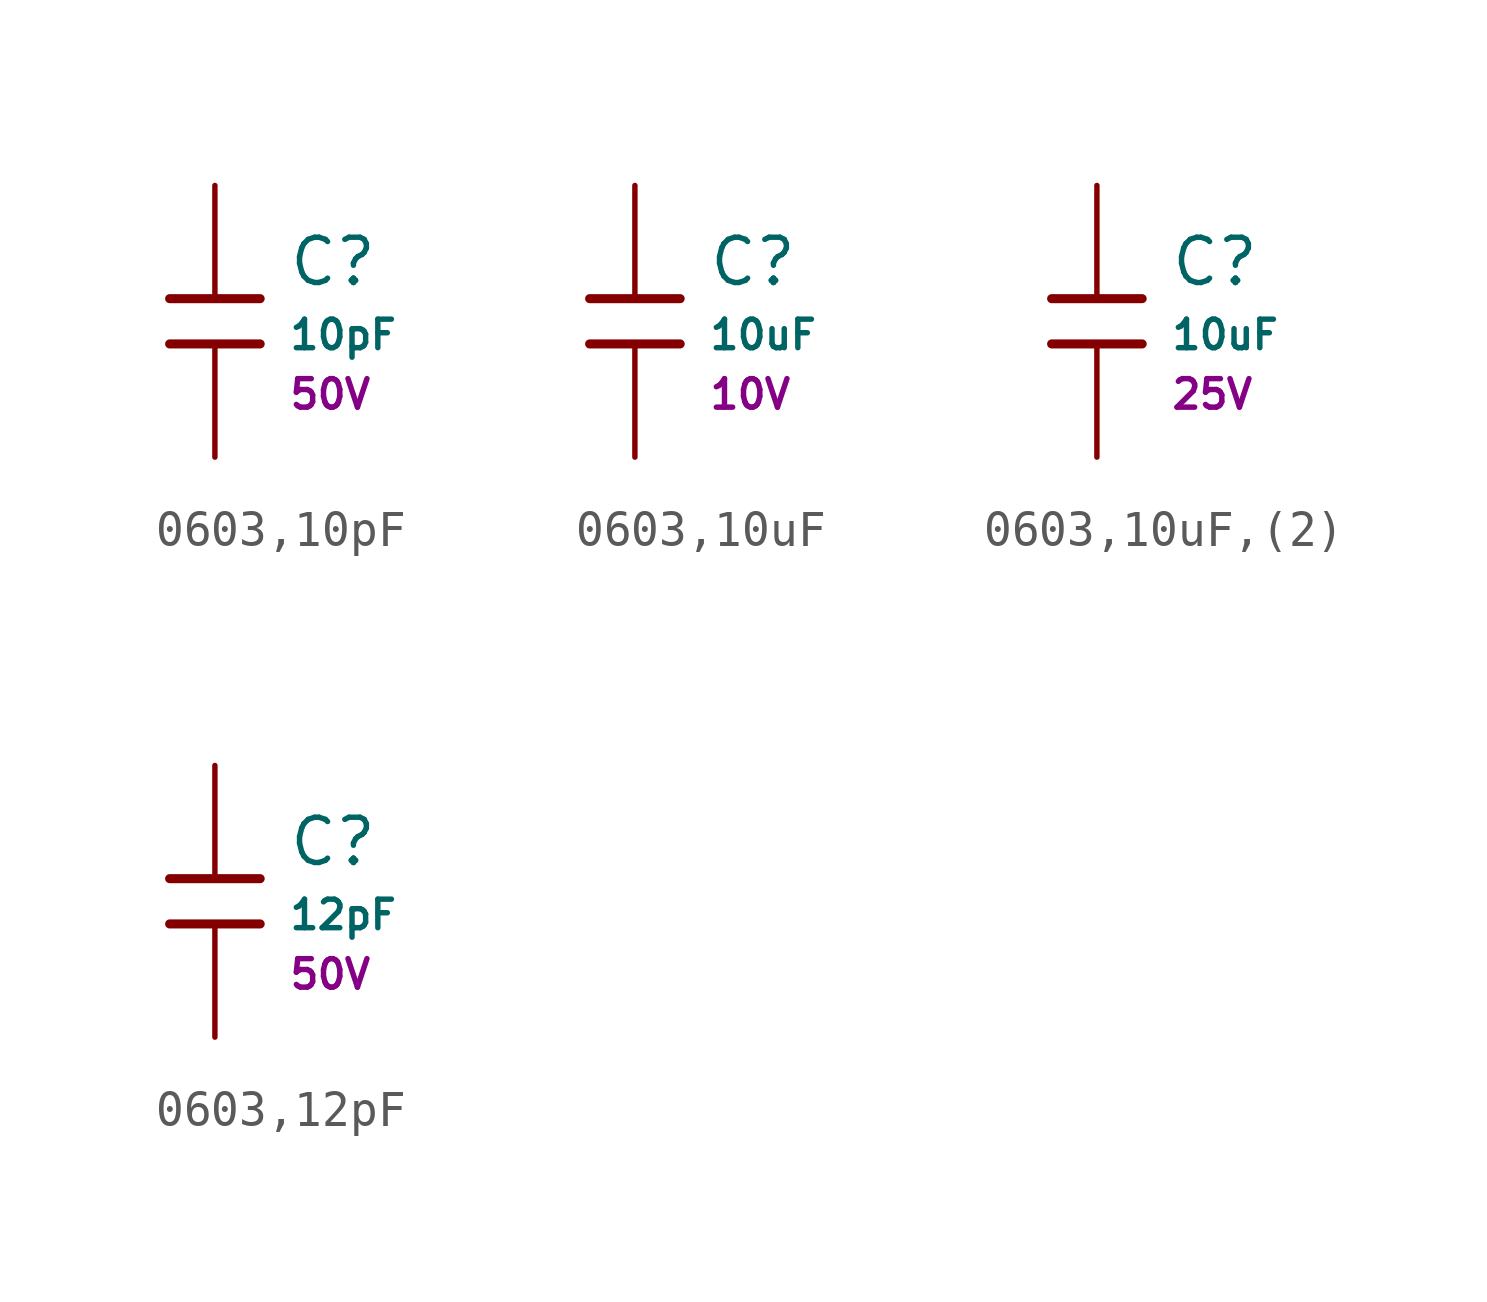
<source format=kicad_sym>
(kicad_symbol_lib
  (version 20231120)
  (generator "CDFER")
  (generator_version "8.0")
  (symbol "0603,10pF"
    (pin_numbers hide)
    (pin_names
      (offset 0))
    (property "Reference" "C"
      (at 2.032 1.668 0)
      (effects (font (size 1.27 1.27)) (justify left)))
    (property "Value" "10pF"
      (at 2.032 -0.378 0)
      (effects (font (size 0.8 0.8)) (justify left)))
    (property "Voltage Rated" "50V"
      (at 2.032 -2.046 0)
      (effects (font (size 0.8 0.8)) (justify left)))
    (symbol "0603,10pF_0_1"
      (polyline (pts (xy -1.27 0.635) (xy 1.27 0.635)) (stroke (width 0.254) (type default)) (fill (type none))))
    (symbol "0603,10pF_0_1"
      (polyline (pts (xy -1.27 -0.635) (xy 1.27 -0.635)) (stroke (width 0.254) (type default)) (fill (type none))))
    (symbol "0603,10pF_1_1"
      (pin passive line (at 0 3.81 270) (length 3.175) (name "~" (effects (font (size 1.27 1.27)))) (number "1" (effects (font (size 1.27 1.27)))))
      (pin passive line (at 0 -3.81 90) (length 3.175) (name "~" (effects (font (size 1.27 1.27)))) (number "2" (effects (font (size 1.27 1.27)))))))
  (symbol "0603,10uF"
    (pin_numbers hide)
    (pin_names
      (offset 0))
    (property "Reference" "C"
      (at 2.032 1.668 0)
      (effects (font (size 1.27 1.27)) (justify left)))
    (property "Value" "10uF"
      (at 2.032 -0.378 0)
      (effects (font (size 0.8 0.8)) (justify left)))
    (property "Voltage Rated" "10V"
      (at 2.032 -2.046 0)
      (effects (font (size 0.8 0.8)) (justify left)))
    (symbol "0603,10uF_0_1"
      (polyline (pts (xy -1.27 0.635) (xy 1.27 0.635)) (stroke (width 0.254) (type default)) (fill (type none))))
    (symbol "0603,10uF_0_1"
      (polyline (pts (xy -1.27 -0.635) (xy 1.27 -0.635)) (stroke (width 0.254) (type default)) (fill (type none))))
    (symbol "0603,10uF_1_1"
      (pin passive line (at 0 3.81 270) (length 3.175) (name "~" (effects (font (size 1.27 1.27)))) (number "1" (effects (font (size 1.27 1.27)))))
      (pin passive line (at 0 -3.81 90) (length 3.175) (name "~" (effects (font (size 1.27 1.27)))) (number "2" (effects (font (size 1.27 1.27)))))))
  (symbol "0603,10uF,(2)"
    (pin_numbers hide)
    (pin_names
      (offset 0))
    (property "Reference" "C"
      (at 2.032 1.668 0)
      (effects (font (size 1.27 1.27)) (justify left)))
    (property "Value" "10uF"
      (at 2.032 -0.378 0)
      (effects (font (size 0.8 0.8)) (justify left)))
    (property "Voltage Rated" "25V"
      (at 2.032 -2.046 0)
      (effects (font (size 0.8 0.8)) (justify left)))
    (symbol "0603,10uF,(2)_0_1"
      (polyline (pts (xy -1.27 0.635) (xy 1.27 0.635)) (stroke (width 0.254) (type default)) (fill (type none))))
    (symbol "0603,10uF,(2)_0_1"
      (polyline (pts (xy -1.27 -0.635) (xy 1.27 -0.635)) (stroke (width 0.254) (type default)) (fill (type none))))
    (symbol "0603,10uF,(2)_1_1"
      (pin passive line (at 0 3.81 270) (length 3.175) (name "~" (effects (font (size 1.27 1.27)))) (number "1" (effects (font (size 1.27 1.27)))))
      (pin passive line (at 0 -3.81 90) (length 3.175) (name "~" (effects (font (size 1.27 1.27)))) (number "2" (effects (font (size 1.27 1.27)))))))
  (symbol "0603,12pF"
    (pin_numbers hide)
    (pin_names
      (offset 0))
    (property "Reference" "C"
      (at 2.032 1.668 0)
      (effects (font (size 1.27 1.27)) (justify left)))
    (property "Value" "12pF"
      (at 2.032 -0.378 0)
      (effects (font (size 0.8 0.8)) (justify left)))
    (property "Voltage Rated" "50V"
      (at 2.032 -2.046 0)
      (effects (font (size 0.8 0.8)) (justify left)))
    (symbol "0603,12pF_0_1"
      (polyline (pts (xy -1.27 0.635) (xy 1.27 0.635)) (stroke (width 0.254) (type default)) (fill (type none))))
    (symbol "0603,12pF_0_1"
      (polyline (pts (xy -1.27 -0.635) (xy 1.27 -0.635)) (stroke (width 0.254) (type default)) (fill (type none))))
    (symbol "0603,12pF_1_1"
      (pin passive line (at 0 3.81 270) (length 3.175) (name "~" (effects (font (size 1.27 1.27)))) (number "1" (effects (font (size 1.27 1.27)))))
      (pin passive line (at 0 -3.81 90) (length 3.175) (name "~" (effects (font (size 1.27 1.27)))) (number "2" (effects (font (size 1.27 1.27))))))))
</source>
